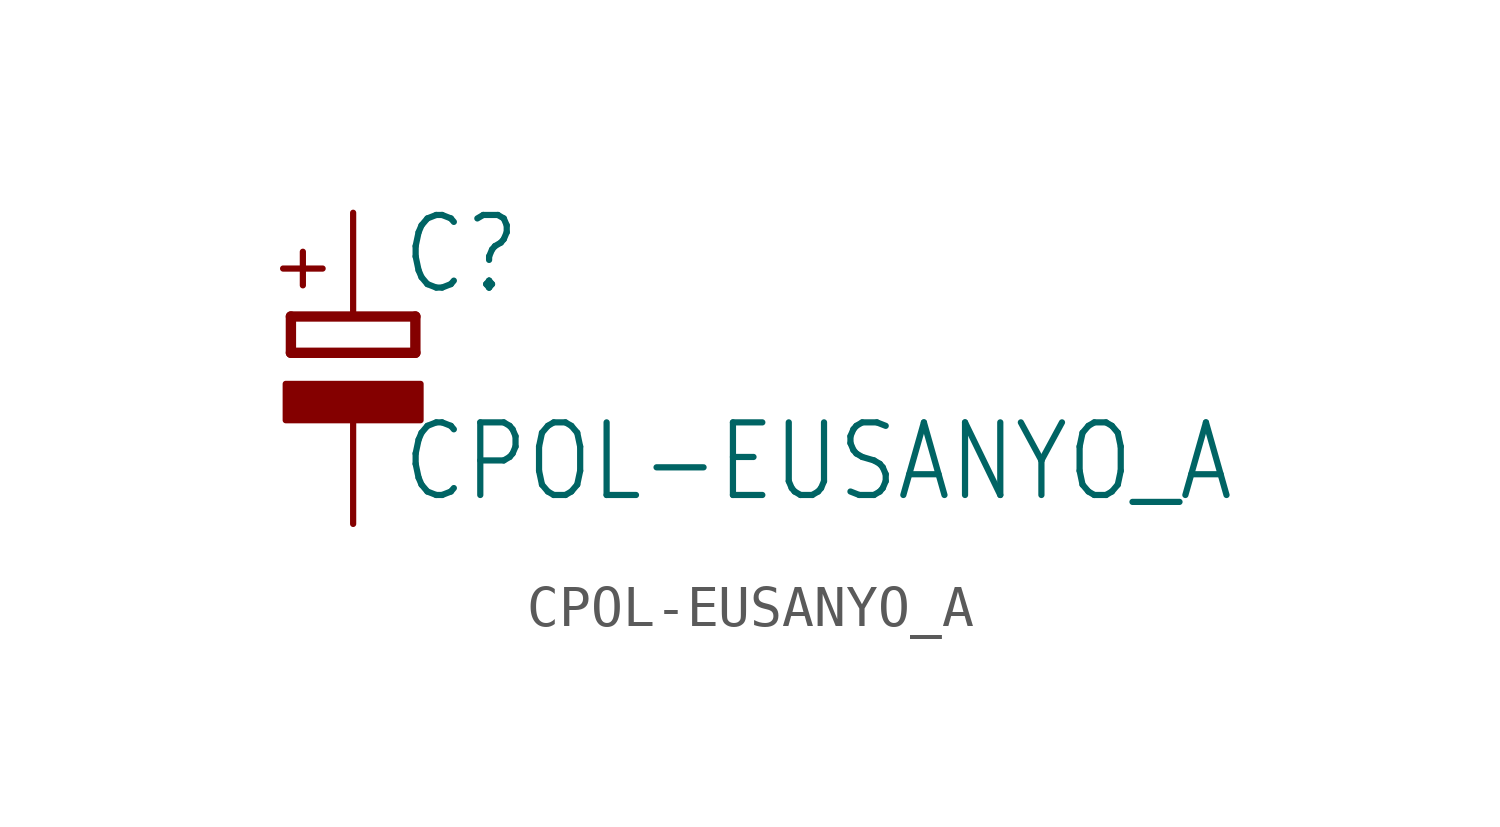
<source format=kicad_sym>
(kicad_symbol_lib
  (version 20210619)
  (generator kicad_symbol_editor)
  (symbol "CPOL-EUSANYO_A"
    (property "Reference" "C"
      (at 1.143 0.483 0)
      (effects (font (size 1.778 1.511)) (justify left bottom)))
    (property "Value" "CPOL-EUSANYO_A"
      (at 1.143 -4.597 0)
      (effects (font (size 1.778 1.511)) (justify left bottom)))
    (property "ki_locked" ""
      (at 0 0 0)
      (effects (font (size 1.27 1.27))))
    (symbol "CPOL-EUSANYO_A_1_0"
      (text "+" (at -0.584 0.406 900) (effects (font (size 1.27 1.079)) (justify left bottom)))
      (rectangle (start -1.651 -2.54) (end 1.651 -1.651) (stroke (width 0)) (fill (type outline)))
      (polyline (pts (xy -1.524 -0.889) (xy 1.524 -0.889)) (stroke (width 0.254)) (fill (type none)))
      (polyline (pts (xy -1.524 0) (xy -1.524 -0.889)) (stroke (width 0.254)) (fill (type none)))
      (polyline (pts (xy -1.524 0) (xy 1.524 0)) (stroke (width 0.254)) (fill (type none)))
      (polyline (pts (xy 1.524 -0.889) (xy 1.524 0)) (stroke (width 0.254)) (fill (type none)))
      (pin passive line (at 0 2.54 270) (length 2.54) (name "+" (effects (font (size 0 0)))) (number "+" (effects (font (size 0 0)))))
      (pin passive line (at 0 -5.08 90) (length 2.54) (name "-" (effects (font (size 0 0)))) (number "-" (effects (font (size 0 0))))))))
</source>
